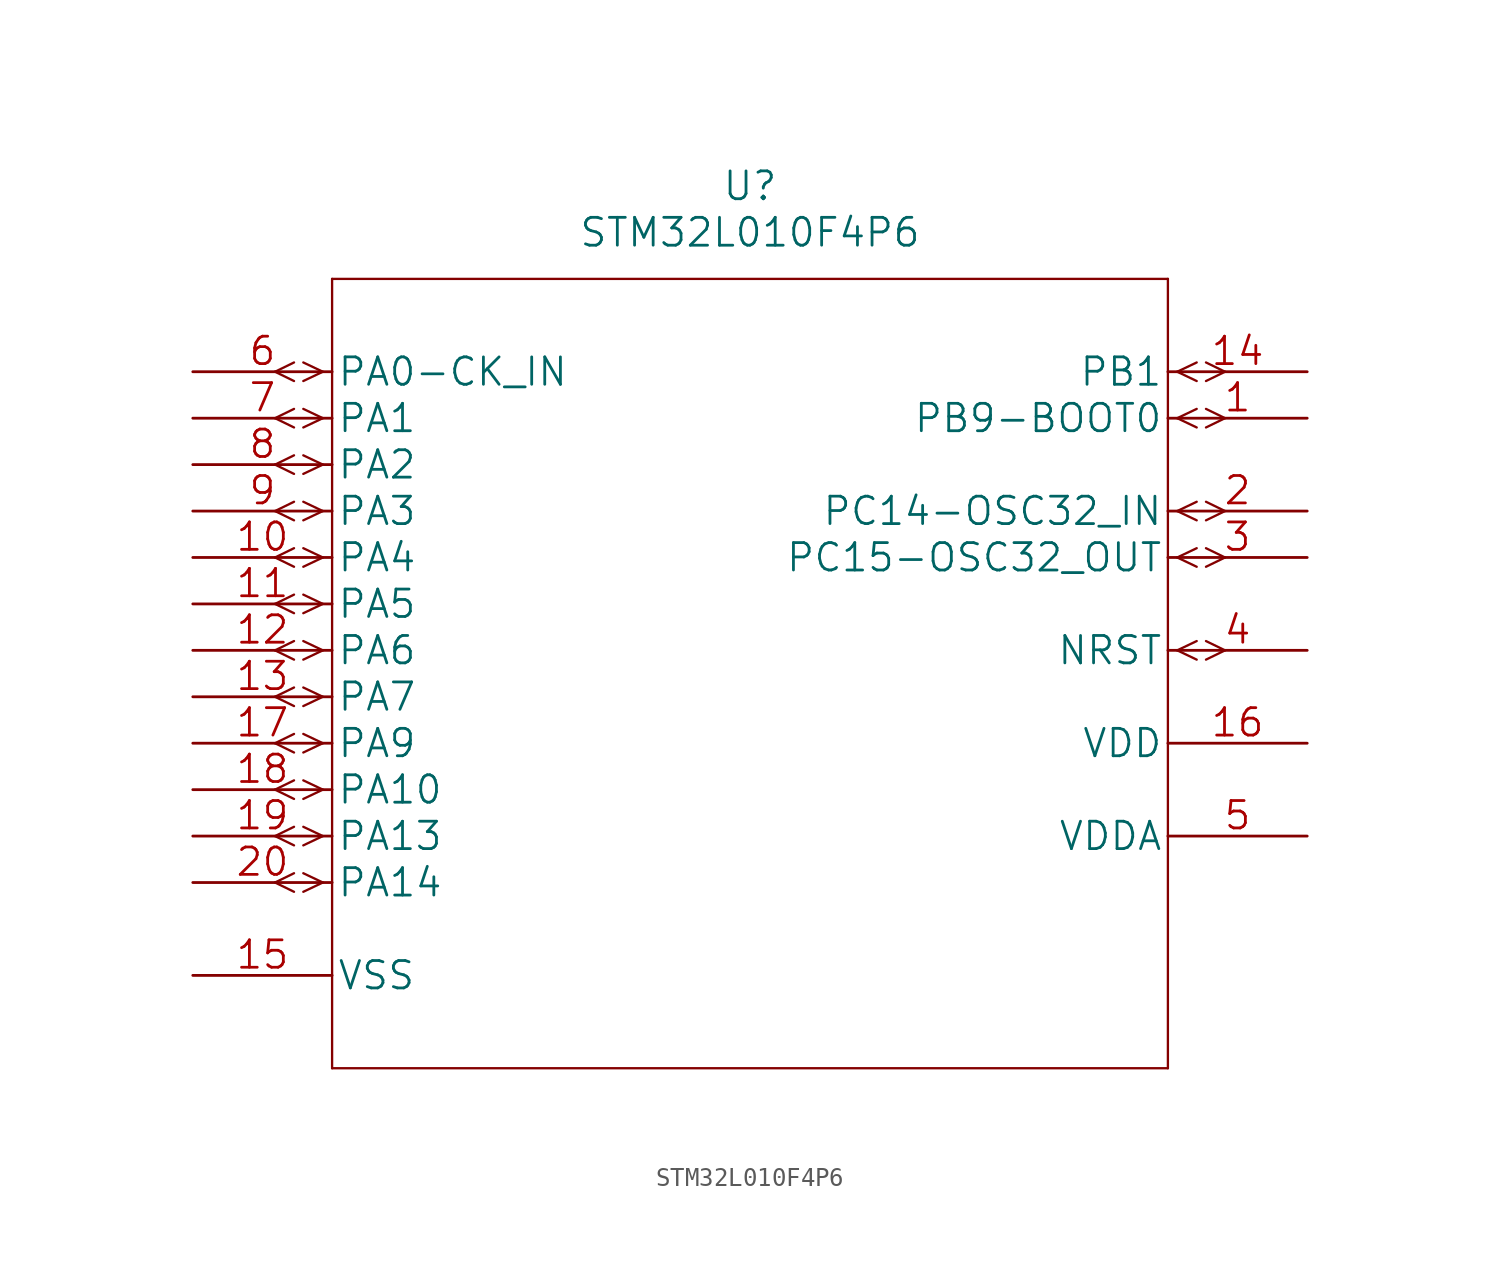
<source format=kicad_sym>
(kicad_symbol_lib
  (version 20211014)
  (generator kicad_symbol_editor)
  (symbol "STM32L010F4P6"
    (pin_names
      (offset 0.254))
    (property "Reference" "U"
      (at 30.48 10.16 0)
      (effects (font (size 1.524 1.524))))
    (property "Value" "STM32L010F4P6"
      (at 30.48 7.62 0)
      (effects (font (size 1.524 1.524))))
    (property "Datasheet" ""
      (at 0 0 0)
      (effects (font (size 1.524 1.524))))
    (symbol "STM32L010F4P6_1_1"
      (polyline (pts (xy 5.537 -28.448) (xy 4.496 -27.94)) (stroke (width 0.127) (type default) (color 0 0 0 0)) (fill (type none)))
      (polyline (pts (xy 5.537 -27.432) (xy 4.496 -27.94)) (stroke (width 0.127) (type default) (color 0 0 0 0)) (fill (type none)))
      (polyline (pts (xy 5.537 -25.908) (xy 4.496 -25.4)) (stroke (width 0.127) (type default) (color 0 0 0 0)) (fill (type none)))
      (polyline (pts (xy 5.537 -24.892) (xy 4.496 -25.4)) (stroke (width 0.127) (type default) (color 0 0 0 0)) (fill (type none)))
      (polyline (pts (xy 5.537 -23.368) (xy 4.496 -22.86)) (stroke (width 0.127) (type default) (color 0 0 0 0)) (fill (type none)))
      (polyline (pts (xy 5.537 -22.352) (xy 4.496 -22.86)) (stroke (width 0.127) (type default) (color 0 0 0 0)) (fill (type none)))
      (polyline (pts (xy 5.537 -20.828) (xy 4.496 -20.32)) (stroke (width 0.127) (type default) (color 0 0 0 0)) (fill (type none)))
      (polyline (pts (xy 5.537 -19.812) (xy 4.496 -20.32)) (stroke (width 0.127) (type default) (color 0 0 0 0)) (fill (type none)))
      (polyline (pts (xy 5.537 -18.288) (xy 4.496 -17.78)) (stroke (width 0.127) (type default) (color 0 0 0 0)) (fill (type none)))
      (polyline (pts (xy 5.537 -17.272) (xy 4.496 -17.78)) (stroke (width 0.127) (type default) (color 0 0 0 0)) (fill (type none)))
      (polyline (pts (xy 5.537 -15.748) (xy 4.496 -15.24)) (stroke (width 0.127) (type default) (color 0 0 0 0)) (fill (type none)))
      (polyline (pts (xy 5.537 -14.732) (xy 4.496 -15.24)) (stroke (width 0.127) (type default) (color 0 0 0 0)) (fill (type none)))
      (polyline (pts (xy 5.537 -13.208) (xy 4.496 -12.7)) (stroke (width 0.127) (type default) (color 0 0 0 0)) (fill (type none)))
      (polyline (pts (xy 5.537 -12.192) (xy 4.496 -12.7)) (stroke (width 0.127) (type default) (color 0 0 0 0)) (fill (type none)))
      (polyline (pts (xy 5.537 -10.668) (xy 4.496 -10.16)) (stroke (width 0.127) (type default) (color 0 0 0 0)) (fill (type none)))
      (polyline (pts (xy 5.537 -9.652) (xy 4.496 -10.16)) (stroke (width 0.127) (type default) (color 0 0 0 0)) (fill (type none)))
      (polyline (pts (xy 5.537 -8.128) (xy 4.496 -7.62)) (stroke (width 0.127) (type default) (color 0 0 0 0)) (fill (type none)))
      (polyline (pts (xy 5.537 -7.112) (xy 4.496 -7.62)) (stroke (width 0.127) (type default) (color 0 0 0 0)) (fill (type none)))
      (polyline (pts (xy 5.537 -5.588) (xy 4.496 -5.08)) (stroke (width 0.127) (type default) (color 0 0 0 0)) (fill (type none)))
      (polyline (pts (xy 5.537 -4.572) (xy 4.496 -5.08)) (stroke (width 0.127) (type default) (color 0 0 0 0)) (fill (type none)))
      (polyline (pts (xy 5.537 -3.048) (xy 4.496 -2.54)) (stroke (width 0.127) (type default) (color 0 0 0 0)) (fill (type none)))
      (polyline (pts (xy 5.537 -2.032) (xy 4.496 -2.54)) (stroke (width 0.127) (type default) (color 0 0 0 0)) (fill (type none)))
      (polyline (pts (xy 5.537 -0.508) (xy 4.496 0)) (stroke (width 0.127) (type default) (color 0 0 0 0)) (fill (type none)))
      (polyline (pts (xy 5.537 0.508) (xy 4.496 0)) (stroke (width 0.127) (type default) (color 0 0 0 0)) (fill (type none)))
      (polyline (pts (xy 7.112 -27.94) (xy 6.045 -28.448)) (stroke (width 0.127) (type default) (color 0 0 0 0)) (fill (type none)))
      (polyline (pts (xy 7.112 -27.94) (xy 6.045 -27.432)) (stroke (width 0.127) (type default) (color 0 0 0 0)) (fill (type none)))
      (polyline (pts (xy 7.112 -25.4) (xy 6.045 -25.908)) (stroke (width 0.127) (type default) (color 0 0 0 0)) (fill (type none)))
      (polyline (pts (xy 7.112 -25.4) (xy 6.045 -24.892)) (stroke (width 0.127) (type default) (color 0 0 0 0)) (fill (type none)))
      (polyline (pts (xy 7.112 -22.86) (xy 6.045 -23.368)) (stroke (width 0.127) (type default) (color 0 0 0 0)) (fill (type none)))
      (polyline (pts (xy 7.112 -22.86) (xy 6.045 -22.352)) (stroke (width 0.127) (type default) (color 0 0 0 0)) (fill (type none)))
      (polyline (pts (xy 7.112 -20.32) (xy 6.045 -20.828)) (stroke (width 0.127) (type default) (color 0 0 0 0)) (fill (type none)))
      (polyline (pts (xy 7.112 -20.32) (xy 6.045 -19.812)) (stroke (width 0.127) (type default) (color 0 0 0 0)) (fill (type none)))
      (polyline (pts (xy 7.112 -17.78) (xy 6.045 -18.288)) (stroke (width 0.127) (type default) (color 0 0 0 0)) (fill (type none)))
      (polyline (pts (xy 7.112 -17.78) (xy 6.045 -17.272)) (stroke (width 0.127) (type default) (color 0 0 0 0)) (fill (type none)))
      (polyline (pts (xy 7.112 -15.24) (xy 6.045 -15.748)) (stroke (width 0.127) (type default) (color 0 0 0 0)) (fill (type none)))
      (polyline (pts (xy 7.112 -15.24) (xy 6.045 -14.732)) (stroke (width 0.127) (type default) (color 0 0 0 0)) (fill (type none)))
      (polyline (pts (xy 7.112 -12.7) (xy 6.045 -13.208)) (stroke (width 0.127) (type default) (color 0 0 0 0)) (fill (type none)))
      (polyline (pts (xy 7.112 -12.7) (xy 6.045 -12.192)) (stroke (width 0.127) (type default) (color 0 0 0 0)) (fill (type none)))
      (polyline (pts (xy 7.112 -10.16) (xy 6.045 -10.668)) (stroke (width 0.127) (type default) (color 0 0 0 0)) (fill (type none)))
      (polyline (pts (xy 7.112 -10.16) (xy 6.045 -9.652)) (stroke (width 0.127) (type default) (color 0 0 0 0)) (fill (type none)))
      (polyline (pts (xy 7.112 -7.62) (xy 6.045 -8.128)) (stroke (width 0.127) (type default) (color 0 0 0 0)) (fill (type none)))
      (polyline (pts (xy 7.112 -7.62) (xy 6.045 -7.112)) (stroke (width 0.127) (type default) (color 0 0 0 0)) (fill (type none)))
      (polyline (pts (xy 7.112 -5.08) (xy 6.045 -5.588)) (stroke (width 0.127) (type default) (color 0 0 0 0)) (fill (type none)))
      (polyline (pts (xy 7.112 -5.08) (xy 6.045 -4.572)) (stroke (width 0.127) (type default) (color 0 0 0 0)) (fill (type none)))
      (polyline (pts (xy 7.112 -2.54) (xy 6.045 -3.048)) (stroke (width 0.127) (type default) (color 0 0 0 0)) (fill (type none)))
      (polyline (pts (xy 7.112 -2.54) (xy 6.045 -2.032)) (stroke (width 0.127) (type default) (color 0 0 0 0)) (fill (type none)))
      (polyline (pts (xy 7.112 0) (xy 6.045 -0.508)) (stroke (width 0.127) (type default) (color 0 0 0 0)) (fill (type none)))
      (polyline (pts (xy 7.112 0) (xy 6.045 0.508)) (stroke (width 0.127) (type default) (color 0 0 0 0)) (fill (type none)))
      (polyline (pts (xy 7.62 -38.1) (xy 53.34 -38.1)) (stroke (width 0.127) (type default) (color 0 0 0 0)) (fill (type none)))
      (polyline (pts (xy 7.62 5.08) (xy 7.62 -38.1)) (stroke (width 0.127) (type default) (color 0 0 0 0)) (fill (type none)))
      (polyline (pts (xy 53.34 -38.1) (xy 53.34 5.08)) (stroke (width 0.127) (type default) (color 0 0 0 0)) (fill (type none)))
      (polyline (pts (xy 53.34 5.08) (xy 7.62 5.08)) (stroke (width 0.127) (type default) (color 0 0 0 0)) (fill (type none)))
      (polyline (pts (xy 53.848 -15.24) (xy 54.915 -15.748)) (stroke (width 0.127) (type default) (color 0 0 0 0)) (fill (type none)))
      (polyline (pts (xy 53.848 -15.24) (xy 54.915 -14.732)) (stroke (width 0.127) (type default) (color 0 0 0 0)) (fill (type none)))
      (polyline (pts (xy 53.848 -10.16) (xy 54.915 -10.668)) (stroke (width 0.127) (type default) (color 0 0 0 0)) (fill (type none)))
      (polyline (pts (xy 53.848 -10.16) (xy 54.915 -9.652)) (stroke (width 0.127) (type default) (color 0 0 0 0)) (fill (type none)))
      (polyline (pts (xy 53.848 -7.62) (xy 54.915 -8.128)) (stroke (width 0.127) (type default) (color 0 0 0 0)) (fill (type none)))
      (polyline (pts (xy 53.848 -7.62) (xy 54.915 -7.112)) (stroke (width 0.127) (type default) (color 0 0 0 0)) (fill (type none)))
      (polyline (pts (xy 53.848 -2.54) (xy 54.915 -3.048)) (stroke (width 0.127) (type default) (color 0 0 0 0)) (fill (type none)))
      (polyline (pts (xy 53.848 -2.54) (xy 54.915 -2.032)) (stroke (width 0.127) (type default) (color 0 0 0 0)) (fill (type none)))
      (polyline (pts (xy 53.848 0) (xy 54.915 -0.508)) (stroke (width 0.127) (type default) (color 0 0 0 0)) (fill (type none)))
      (polyline (pts (xy 53.848 0) (xy 54.915 0.508)) (stroke (width 0.127) (type default) (color 0 0 0 0)) (fill (type none)))
      (polyline (pts (xy 55.423 -15.748) (xy 56.464 -15.24)) (stroke (width 0.127) (type default) (color 0 0 0 0)) (fill (type none)))
      (polyline (pts (xy 55.423 -14.732) (xy 56.464 -15.24)) (stroke (width 0.127) (type default) (color 0 0 0 0)) (fill (type none)))
      (polyline (pts (xy 55.423 -10.668) (xy 56.464 -10.16)) (stroke (width 0.127) (type default) (color 0 0 0 0)) (fill (type none)))
      (polyline (pts (xy 55.423 -9.652) (xy 56.464 -10.16)) (stroke (width 0.127) (type default) (color 0 0 0 0)) (fill (type none)))
      (polyline (pts (xy 55.423 -8.128) (xy 56.464 -7.62)) (stroke (width 0.127) (type default) (color 0 0 0 0)) (fill (type none)))
      (polyline (pts (xy 55.423 -7.112) (xy 56.464 -7.62)) (stroke (width 0.127) (type default) (color 0 0 0 0)) (fill (type none)))
      (polyline (pts (xy 55.423 -3.048) (xy 56.464 -2.54)) (stroke (width 0.127) (type default) (color 0 0 0 0)) (fill (type none)))
      (polyline (pts (xy 55.423 -2.032) (xy 56.464 -2.54)) (stroke (width 0.127) (type default) (color 0 0 0 0)) (fill (type none)))
      (polyline (pts (xy 55.423 -0.508) (xy 56.464 0)) (stroke (width 0.127) (type default) (color 0 0 0 0)) (fill (type none)))
      (polyline (pts (xy 55.423 0.508) (xy 56.464 0)) (stroke (width 0.127) (type default) (color 0 0 0 0)) (fill (type none)))
      (pin input line (at 60.96 -2.54 180) (length 7.62) (name "PB9-BOOT0" (effects (font (size 1.499 1.499)))) (number "1" (effects (font (size 1.499 1.499)))))
      (pin bidirectional line (at 0 -10.16 0) (length 7.62) (name "PA4" (effects (font (size 1.499 1.499)))) (number "10" (effects (font (size 1.499 1.499)))))
      (pin bidirectional line (at 0 -12.7 0) (length 7.62) (name "PA5" (effects (font (size 1.499 1.499)))) (number "11" (effects (font (size 1.499 1.499)))))
      (pin bidirectional line (at 0 -15.24 0) (length 7.62) (name "PA6" (effects (font (size 1.499 1.499)))) (number "12" (effects (font (size 1.499 1.499)))))
      (pin bidirectional line (at 0 -17.78 0) (length 7.62) (name "PA7" (effects (font (size 1.499 1.499)))) (number "13" (effects (font (size 1.499 1.499)))))
      (pin bidirectional line (at 60.96 0 180) (length 7.62) (name "PB1" (effects (font (size 1.499 1.499)))) (number "14" (effects (font (size 1.499 1.499)))))
      (pin power_in line (at 0 -33.02 0) (length 7.62) (name "VSS" (effects (font (size 1.499 1.499)))) (number "15" (effects (font (size 1.499 1.499)))))
      (pin power_in line (at 60.96 -20.32 180) (length 7.62) (name "VDD" (effects (font (size 1.499 1.499)))) (number "16" (effects (font (size 1.499 1.499)))))
      (pin bidirectional line (at 0 -20.32 0) (length 7.62) (name "PA9" (effects (font (size 1.499 1.499)))) (number "17" (effects (font (size 1.499 1.499)))))
      (pin bidirectional line (at 0 -22.86 0) (length 7.62) (name "PA10" (effects (font (size 1.499 1.499)))) (number "18" (effects (font (size 1.499 1.499)))))
      (pin bidirectional line (at 0 -25.4 0) (length 7.62) (name "PA13" (effects (font (size 1.499 1.499)))) (number "19" (effects (font (size 1.499 1.499)))))
      (pin bidirectional line (at 60.96 -7.62 180) (length 7.62) (name "PC14-OSC32_IN" (effects (font (size 1.499 1.499)))) (number "2" (effects (font (size 1.499 1.499)))))
      (pin bidirectional line (at 0 -27.94 0) (length 7.62) (name "PA14" (effects (font (size 1.499 1.499)))) (number "20" (effects (font (size 1.499 1.499)))))
      (pin bidirectional line (at 60.96 -10.16 180) (length 7.62) (name "PC15-OSC32_OUT" (effects (font (size 1.499 1.499)))) (number "3" (effects (font (size 1.499 1.499)))))
      (pin bidirectional line (at 60.96 -15.24 180) (length 7.62) (name "NRST" (effects (font (size 1.499 1.499)))) (number "4" (effects (font (size 1.499 1.499)))))
      (pin power_in line (at 60.96 -25.4 180) (length 7.62) (name "VDDA" (effects (font (size 1.499 1.499)))) (number "5" (effects (font (size 1.499 1.499)))))
      (pin bidirectional line (at 0 0 0) (length 7.62) (name "PA0-CK_IN" (effects (font (size 1.499 1.499)))) (number "6" (effects (font (size 1.499 1.499)))))
      (pin bidirectional line (at 0 -2.54 0) (length 7.62) (name "PA1" (effects (font (size 1.499 1.499)))) (number "7" (effects (font (size 1.499 1.499)))))
      (pin bidirectional line (at 0 -5.08 0) (length 7.62) (name "PA2" (effects (font (size 1.499 1.499)))) (number "8" (effects (font (size 1.499 1.499)))))
      (pin bidirectional line (at 0 -7.62 0) (length 7.62) (name "PA3" (effects (font (size 1.499 1.499)))) (number "9" (effects (font (size 1.499 1.499))))))))
</source>
